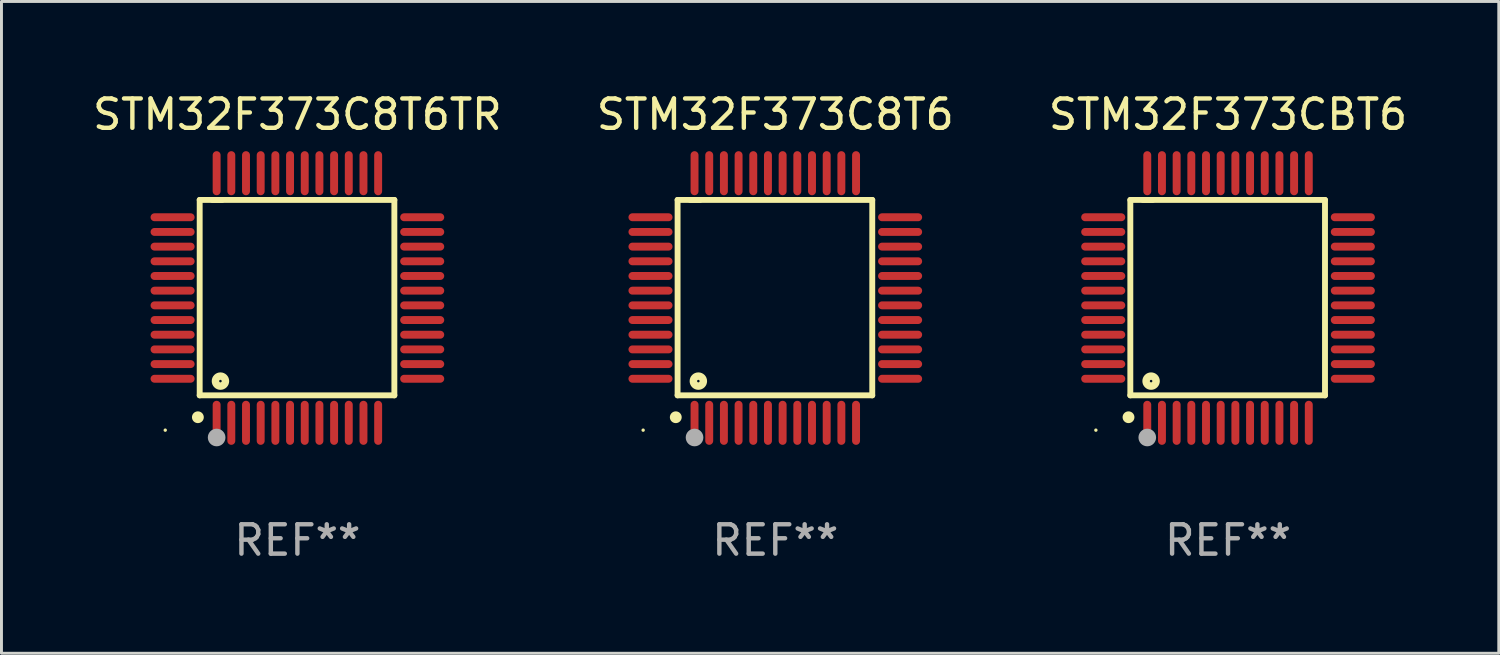
<source format=kicad_pcb>
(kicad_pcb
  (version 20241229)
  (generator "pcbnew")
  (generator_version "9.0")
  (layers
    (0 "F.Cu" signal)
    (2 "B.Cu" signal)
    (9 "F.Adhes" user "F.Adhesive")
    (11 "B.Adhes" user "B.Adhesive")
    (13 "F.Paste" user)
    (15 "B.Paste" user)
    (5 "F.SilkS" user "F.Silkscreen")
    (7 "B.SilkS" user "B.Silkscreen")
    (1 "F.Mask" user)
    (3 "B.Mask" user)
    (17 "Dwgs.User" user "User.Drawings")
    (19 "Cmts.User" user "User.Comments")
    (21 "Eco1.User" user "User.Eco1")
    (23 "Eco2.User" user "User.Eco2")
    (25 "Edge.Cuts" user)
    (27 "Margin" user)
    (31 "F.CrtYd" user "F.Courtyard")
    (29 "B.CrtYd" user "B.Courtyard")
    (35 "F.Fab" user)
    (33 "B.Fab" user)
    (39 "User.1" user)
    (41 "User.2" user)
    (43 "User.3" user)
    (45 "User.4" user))
  (footprint "STM32F373CBT6"
    (layer "F.Cu")
    (at 38.768 7.098)
    (property "Reference" "STM32F373CBT6" (at 0 -6.25 0) (layer "F.SilkS") (effects (font (size 1 1) (thickness 0.15))))
    (attr through_hole)
    (fp_line (start -3.327 -3.34) (end -2.565 -3.34) (stroke (width 0.2) (type solid)) (layer "F.SilkS"))
    (fp_line (start -3.327 3.315) (end -3.327 -3.34) (stroke (width 0.2) (type solid)) (layer "F.SilkS"))
    (fp_line (start -2.896 -3.34) (end 3.302 -3.34) (stroke (width 0.2) (type solid)) (layer "F.SilkS"))
    (fp_line (start 3.302 -3.34) (end 3.302 3.315) (stroke (width 0.2) (type solid)) (layer "F.SilkS"))
    (fp_line (start 3.302 3.315) (end -3.327 3.315) (stroke (width 0.2) (type solid)) (layer "F.SilkS"))
    (fp_arc (start -3.389992 4.059995) (mid -3.388722 4.059991) (end -3.387452 4.059995) (stroke (width 0.4) (type solid)) (layer "F.SilkS"))
    (fp_circle (center -4.5 4.5) (end -4.47 4.5) (stroke (width 0.06) (type solid)) (fill no) (layer "F.SilkS"))
    (fp_circle (center -2.62 2.83) (end -2.45 2.83) (stroke (width 0.254) (type solid)) (fill no) (layer "F.SilkS"))
    (fp_circle (center -2.75 4.75) (end -2.6 4.75) (stroke (width 0.3) (type solid)) (fill no) (layer "F.Fab"))
    (fp_text user "REF**" (at 0 8.25 0) (layer "F.Fab") (effects (font (size 1 1) (thickness 0.15))))
    (pad "1" smd oval (at -2.75 4.25) (size 0.27 1.5) (layers "F.Cu" "F.Mask" "F.Paste"))
    (pad "2" smd oval (at -2.25 4.25) (size 0.27 1.5) (layers "F.Cu" "F.Mask" "F.Paste"))
    (pad "3" smd oval (at -1.75 4.25) (size 0.27 1.5) (layers "F.Cu" "F.Mask" "F.Paste"))
    (pad "4" smd oval (at -1.25 4.25) (size 0.27 1.5) (layers "F.Cu" "F.Mask" "F.Paste"))
    (pad "5" smd oval (at -0.75 4.25) (size 0.27 1.5) (layers "F.Cu" "F.Mask" "F.Paste"))
    (pad "6" smd oval (at -0.25 4.25) (size 0.27 1.5) (layers "F.Cu" "F.Mask" "F.Paste"))
    (pad "7" smd oval (at 0.25 4.25) (size 0.27 1.5) (layers "F.Cu" "F.Mask" "F.Paste"))
    (pad "8" smd oval (at 0.75 4.25) (size 0.27 1.5) (layers "F.Cu" "F.Mask" "F.Paste"))
    (pad "9" smd oval (at 1.25 4.25) (size 0.27 1.5) (layers "F.Cu" "F.Mask" "F.Paste"))
    (pad "10" smd oval (at 1.75 4.25) (size 0.27 1.5) (layers "F.Cu" "F.Mask" "F.Paste"))
    (pad "11" smd oval (at 2.25 4.25) (size 0.27 1.5) (layers "F.Cu" "F.Mask" "F.Paste"))
    (pad "12" smd oval (at 2.75 4.25) (size 0.27 1.5) (layers "F.Cu" "F.Mask" "F.Paste"))
    (pad "13" smd oval (at 4.25 2.75) (size 1.5 0.27) (layers "F.Cu" "F.Mask" "F.Paste"))
    (pad "14" smd oval (at 4.25 2.25) (size 1.5 0.27) (layers "F.Cu" "F.Mask" "F.Paste"))
    (pad "15" smd oval (at 4.25 1.75) (size 1.5 0.27) (layers "F.Cu" "F.Mask" "F.Paste"))
    (pad "16" smd oval (at 4.25 1.25) (size 1.5 0.27) (layers "F.Cu" "F.Mask" "F.Paste"))
    (pad "17" smd oval (at 4.25 0.75) (size 1.5 0.27) (layers "F.Cu" "F.Mask" "F.Paste"))
    (pad "18" smd oval (at 4.25 0.25) (size 1.5 0.27) (layers "F.Cu" "F.Mask" "F.Paste"))
    (pad "19" smd oval (at 4.25 -0.25) (size 1.5 0.27) (layers "F.Cu" "F.Mask" "F.Paste"))
    (pad "20" smd oval (at 4.25 -0.75) (size 1.5 0.27) (layers "F.Cu" "F.Mask" "F.Paste"))
    (pad "21" smd oval (at 4.25 -1.25) (size 1.5 0.27) (layers "F.Cu" "F.Mask" "F.Paste"))
    (pad "22" smd oval (at 4.25 -1.75) (size 1.5 0.27) (layers "F.Cu" "F.Mask" "F.Paste"))
    (pad "23" smd oval (at 4.25 -2.25) (size 1.5 0.27) (layers "F.Cu" "F.Mask" "F.Paste"))
    (pad "24" smd oval (at 4.25 -2.75) (size 1.5 0.27) (layers "F.Cu" "F.Mask" "F.Paste"))
    (pad "25" smd oval (at 2.75 -4.25) (size 0.27 1.5) (layers "F.Cu" "F.Mask" "F.Paste"))
    (pad "26" smd oval (at 2.25 -4.25) (size 0.27 1.5) (layers "F.Cu" "F.Mask" "F.Paste"))
    (pad "27" smd oval (at 1.75 -4.25) (size 0.27 1.5) (layers "F.Cu" "F.Mask" "F.Paste"))
    (pad "28" smd oval (at 1.25 -4.25) (size 0.27 1.5) (layers "F.Cu" "F.Mask" "F.Paste"))
    (pad "29" smd oval (at 0.75 -4.25) (size 0.27 1.5) (layers "F.Cu" "F.Mask" "F.Paste"))
    (pad "30" smd oval (at 0.25 -4.25) (size 0.27 1.5) (layers "F.Cu" "F.Mask" "F.Paste"))
    (pad "31" smd oval (at -0.25 -4.25) (size 0.27 1.5) (layers "F.Cu" "F.Mask" "F.Paste"))
    (pad "32" smd oval (at -0.75 -4.25) (size 0.27 1.5) (layers "F.Cu" "F.Mask" "F.Paste"))
    (pad "33" smd oval (at -1.25 -4.25) (size 0.27 1.5) (layers "F.Cu" "F.Mask" "F.Paste"))
    (pad "34" smd oval (at -1.75 -4.25) (size 0.27 1.5) (layers "F.Cu" "F.Mask" "F.Paste"))
    (pad "35" smd oval (at -2.25 -4.25) (size 0.27 1.5) (layers "F.Cu" "F.Mask" "F.Paste"))
    (pad "36" smd oval (at -2.75 -4.25) (size 0.27 1.5) (layers "F.Cu" "F.Mask" "F.Paste"))
    (pad "37" smd oval (at -4.25 -2.75) (size 1.5 0.27) (layers "F.Cu" "F.Mask" "F.Paste"))
    (pad "38" smd oval (at -4.25 -2.25) (size 1.5 0.27) (layers "F.Cu" "F.Mask" "F.Paste"))
    (pad "39" smd oval (at -4.25 -1.75) (size 1.5 0.27) (layers "F.Cu" "F.Mask" "F.Paste"))
    (pad "40" smd oval (at -4.25 -1.25) (size 1.5 0.27) (layers "F.Cu" "F.Mask" "F.Paste"))
    (pad "41" smd oval (at -4.25 -0.75) (size 1.5 0.27) (layers "F.Cu" "F.Mask" "F.Paste"))
    (pad "42" smd oval (at -4.25 -0.25) (size 1.5 0.27) (layers "F.Cu" "F.Mask" "F.Paste"))
    (pad "43" smd oval (at -4.25 0.25) (size 1.5 0.27) (layers "F.Cu" "F.Mask" "F.Paste"))
    (pad "44" smd oval (at -4.25 0.75) (size 1.5 0.27) (layers "F.Cu" "F.Mask" "F.Paste"))
    (pad "45" smd oval (at -4.25 1.25) (size 1.5 0.27) (layers "F.Cu" "F.Mask" "F.Paste"))
    (pad "46" smd oval (at -4.25 1.75) (size 1.5 0.27) (layers "F.Cu" "F.Mask" "F.Paste"))
    (pad "47" smd oval (at -4.25 2.25) (size 1.5 0.27) (layers "F.Cu" "F.Mask" "F.Paste"))
    (pad "48" smd oval (at -4.25 2.75) (size 1.5 0.27) (layers "F.Cu" "F.Mask" "F.Paste")))
  (footprint "STM32F373C8T6"
    (layer "F.Cu")
    (at 23.351 7.098)
    (property "Reference" "STM32F373C8T6" (at 0 -6.25 0) (layer "F.SilkS") (effects (font (size 1 1) (thickness 0.15))))
    (attr through_hole)
    (fp_line (start -3.327 -3.34) (end -2.565 -3.34) (stroke (width 0.2) (type solid)) (layer "F.SilkS"))
    (fp_line (start -3.327 3.315) (end -3.327 -3.34) (stroke (width 0.2) (type solid)) (layer "F.SilkS"))
    (fp_line (start -2.896 -3.34) (end 3.302 -3.34) (stroke (width 0.2) (type solid)) (layer "F.SilkS"))
    (fp_line (start 3.302 -3.34) (end 3.302 3.315) (stroke (width 0.2) (type solid)) (layer "F.SilkS"))
    (fp_line (start 3.302 3.315) (end -3.327 3.315) (stroke (width 0.2) (type solid)) (layer "F.SilkS"))
    (fp_arc (start -3.389992 4.059995) (mid -3.388722 4.059991) (end -3.387452 4.059995) (stroke (width 0.4) (type solid)) (layer "F.SilkS"))
    (fp_circle (center -4.5 4.5) (end -4.47 4.5) (stroke (width 0.06) (type solid)) (fill no) (layer "F.SilkS"))
    (fp_circle (center -2.62 2.83) (end -2.45 2.83) (stroke (width 0.254) (type solid)) (fill no) (layer "F.SilkS"))
    (fp_circle (center -2.75 4.75) (end -2.6 4.75) (stroke (width 0.3) (type solid)) (fill no) (layer "F.Fab"))
    (fp_text user "REF**" (at 0 8.25 0) (layer "F.Fab") (effects (font (size 1 1) (thickness 0.15))))
    (pad "1" smd oval (at -2.75 4.25) (size 0.27 1.5) (layers "F.Cu" "F.Mask" "F.Paste"))
    (pad "2" smd oval (at -2.25 4.25) (size 0.27 1.5) (layers "F.Cu" "F.Mask" "F.Paste"))
    (pad "3" smd oval (at -1.75 4.25) (size 0.27 1.5) (layers "F.Cu" "F.Mask" "F.Paste"))
    (pad "4" smd oval (at -1.25 4.25) (size 0.27 1.5) (layers "F.Cu" "F.Mask" "F.Paste"))
    (pad "5" smd oval (at -0.75 4.25) (size 0.27 1.5) (layers "F.Cu" "F.Mask" "F.Paste"))
    (pad "6" smd oval (at -0.25 4.25) (size 0.27 1.5) (layers "F.Cu" "F.Mask" "F.Paste"))
    (pad "7" smd oval (at 0.25 4.25) (size 0.27 1.5) (layers "F.Cu" "F.Mask" "F.Paste"))
    (pad "8" smd oval (at 0.75 4.25) (size 0.27 1.5) (layers "F.Cu" "F.Mask" "F.Paste"))
    (pad "9" smd oval (at 1.25 4.25) (size 0.27 1.5) (layers "F.Cu" "F.Mask" "F.Paste"))
    (pad "10" smd oval (at 1.75 4.25) (size 0.27 1.5) (layers "F.Cu" "F.Mask" "F.Paste"))
    (pad "11" smd oval (at 2.25 4.25) (size 0.27 1.5) (layers "F.Cu" "F.Mask" "F.Paste"))
    (pad "12" smd oval (at 2.75 4.25) (size 0.27 1.5) (layers "F.Cu" "F.Mask" "F.Paste"))
    (pad "13" smd oval (at 4.25 2.75) (size 1.5 0.27) (layers "F.Cu" "F.Mask" "F.Paste"))
    (pad "14" smd oval (at 4.25 2.25) (size 1.5 0.27) (layers "F.Cu" "F.Mask" "F.Paste"))
    (pad "15" smd oval (at 4.25 1.75) (size 1.5 0.27) (layers "F.Cu" "F.Mask" "F.Paste"))
    (pad "16" smd oval (at 4.25 1.25) (size 1.5 0.27) (layers "F.Cu" "F.Mask" "F.Paste"))
    (pad "17" smd oval (at 4.25 0.75) (size 1.5 0.27) (layers "F.Cu" "F.Mask" "F.Paste"))
    (pad "18" smd oval (at 4.25 0.25) (size 1.5 0.27) (layers "F.Cu" "F.Mask" "F.Paste"))
    (pad "19" smd oval (at 4.25 -0.25) (size 1.5 0.27) (layers "F.Cu" "F.Mask" "F.Paste"))
    (pad "20" smd oval (at 4.25 -0.75) (size 1.5 0.27) (layers "F.Cu" "F.Mask" "F.Paste"))
    (pad "21" smd oval (at 4.25 -1.25) (size 1.5 0.27) (layers "F.Cu" "F.Mask" "F.Paste"))
    (pad "22" smd oval (at 4.25 -1.75) (size 1.5 0.27) (layers "F.Cu" "F.Mask" "F.Paste"))
    (pad "23" smd oval (at 4.25 -2.25) (size 1.5 0.27) (layers "F.Cu" "F.Mask" "F.Paste"))
    (pad "24" smd oval (at 4.25 -2.75) (size 1.5 0.27) (layers "F.Cu" "F.Mask" "F.Paste"))
    (pad "25" smd oval (at 2.75 -4.25) (size 0.27 1.5) (layers "F.Cu" "F.Mask" "F.Paste"))
    (pad "26" smd oval (at 2.25 -4.25) (size 0.27 1.5) (layers "F.Cu" "F.Mask" "F.Paste"))
    (pad "27" smd oval (at 1.75 -4.25) (size 0.27 1.5) (layers "F.Cu" "F.Mask" "F.Paste"))
    (pad "28" smd oval (at 1.25 -4.25) (size 0.27 1.5) (layers "F.Cu" "F.Mask" "F.Paste"))
    (pad "29" smd oval (at 0.75 -4.25) (size 0.27 1.5) (layers "F.Cu" "F.Mask" "F.Paste"))
    (pad "30" smd oval (at 0.25 -4.25) (size 0.27 1.5) (layers "F.Cu" "F.Mask" "F.Paste"))
    (pad "31" smd oval (at -0.25 -4.25) (size 0.27 1.5) (layers "F.Cu" "F.Mask" "F.Paste"))
    (pad "32" smd oval (at -0.75 -4.25) (size 0.27 1.5) (layers "F.Cu" "F.Mask" "F.Paste"))
    (pad "33" smd oval (at -1.25 -4.25) (size 0.27 1.5) (layers "F.Cu" "F.Mask" "F.Paste"))
    (pad "34" smd oval (at -1.75 -4.25) (size 0.27 1.5) (layers "F.Cu" "F.Mask" "F.Paste"))
    (pad "35" smd oval (at -2.25 -4.25) (size 0.27 1.5) (layers "F.Cu" "F.Mask" "F.Paste"))
    (pad "36" smd oval (at -2.75 -4.25) (size 0.27 1.5) (layers "F.Cu" "F.Mask" "F.Paste"))
    (pad "37" smd oval (at -4.25 -2.75) (size 1.5 0.27) (layers "F.Cu" "F.Mask" "F.Paste"))
    (pad "38" smd oval (at -4.25 -2.25) (size 1.5 0.27) (layers "F.Cu" "F.Mask" "F.Paste"))
    (pad "39" smd oval (at -4.25 -1.75) (size 1.5 0.27) (layers "F.Cu" "F.Mask" "F.Paste"))
    (pad "40" smd oval (at -4.25 -1.25) (size 1.5 0.27) (layers "F.Cu" "F.Mask" "F.Paste"))
    (pad "41" smd oval (at -4.25 -0.75) (size 1.5 0.27) (layers "F.Cu" "F.Mask" "F.Paste"))
    (pad "42" smd oval (at -4.25 -0.25) (size 1.5 0.27) (layers "F.Cu" "F.Mask" "F.Paste"))
    (pad "43" smd oval (at -4.25 0.25) (size 1.5 0.27) (layers "F.Cu" "F.Mask" "F.Paste"))
    (pad "44" smd oval (at -4.25 0.75) (size 1.5 0.27) (layers "F.Cu" "F.Mask" "F.Paste"))
    (pad "45" smd oval (at -4.25 1.25) (size 1.5 0.27) (layers "F.Cu" "F.Mask" "F.Paste"))
    (pad "46" smd oval (at -4.25 1.75) (size 1.5 0.27) (layers "F.Cu" "F.Mask" "F.Paste"))
    (pad "47" smd oval (at -4.25 2.25) (size 1.5 0.27) (layers "F.Cu" "F.Mask" "F.Paste"))
    (pad "48" smd oval (at -4.25 2.75) (size 1.5 0.27) (layers "F.Cu" "F.Mask" "F.Paste")))
  (footprint "STM32F373C8T6TR"
    (layer "F.Cu")
    (at 7.077 7.098)
    (property "Reference" "STM32F373C8T6TR" (at 0 -6.25 0) (layer "F.SilkS") (effects (font (size 1 1) (thickness 0.15))))
    (attr through_hole)
    (fp_line (start -3.327 -3.34) (end -2.565 -3.34) (stroke (width 0.2) (type solid)) (layer "F.SilkS"))
    (fp_line (start -3.327 3.315) (end -3.327 -3.34) (stroke (width 0.2) (type solid)) (layer "F.SilkS"))
    (fp_line (start -2.896 -3.34) (end 3.302 -3.34) (stroke (width 0.2) (type solid)) (layer "F.SilkS"))
    (fp_line (start 3.302 -3.34) (end 3.302 3.315) (stroke (width 0.2) (type solid)) (layer "F.SilkS"))
    (fp_line (start 3.302 3.315) (end -3.327 3.315) (stroke (width 0.2) (type solid)) (layer "F.SilkS"))
    (fp_arc (start -3.389992 4.059995) (mid -3.388722 4.059991) (end -3.387452 4.059995) (stroke (width 0.4) (type solid)) (layer "F.SilkS"))
    (fp_circle (center -4.5 4.5) (end -4.47 4.5) (stroke (width 0.06) (type solid)) (fill no) (layer "F.SilkS"))
    (fp_circle (center -2.62 2.83) (end -2.45 2.83) (stroke (width 0.254) (type solid)) (fill no) (layer "F.SilkS"))
    (fp_circle (center -2.75 4.75) (end -2.6 4.75) (stroke (width 0.3) (type solid)) (fill no) (layer "F.Fab"))
    (fp_text user "REF**" (at 0 8.25 0) (layer "F.Fab") (effects (font (size 1 1) (thickness 0.15))))
    (pad "1" smd oval (at -2.75 4.25) (size 0.27 1.5) (layers "F.Cu" "F.Mask" "F.Paste"))
    (pad "2" smd oval (at -2.25 4.25) (size 0.27 1.5) (layers "F.Cu" "F.Mask" "F.Paste"))
    (pad "3" smd oval (at -1.75 4.25) (size 0.27 1.5) (layers "F.Cu" "F.Mask" "F.Paste"))
    (pad "4" smd oval (at -1.25 4.25) (size 0.27 1.5) (layers "F.Cu" "F.Mask" "F.Paste"))
    (pad "5" smd oval (at -0.75 4.25) (size 0.27 1.5) (layers "F.Cu" "F.Mask" "F.Paste"))
    (pad "6" smd oval (at -0.25 4.25) (size 0.27 1.5) (layers "F.Cu" "F.Mask" "F.Paste"))
    (pad "7" smd oval (at 0.25 4.25) (size 0.27 1.5) (layers "F.Cu" "F.Mask" "F.Paste"))
    (pad "8" smd oval (at 0.75 4.25) (size 0.27 1.5) (layers "F.Cu" "F.Mask" "F.Paste"))
    (pad "9" smd oval (at 1.25 4.25) (size 0.27 1.5) (layers "F.Cu" "F.Mask" "F.Paste"))
    (pad "10" smd oval (at 1.75 4.25) (size 0.27 1.5) (layers "F.Cu" "F.Mask" "F.Paste"))
    (pad "11" smd oval (at 2.25 4.25) (size 0.27 1.5) (layers "F.Cu" "F.Mask" "F.Paste"))
    (pad "12" smd oval (at 2.75 4.25) (size 0.27 1.5) (layers "F.Cu" "F.Mask" "F.Paste"))
    (pad "13" smd oval (at 4.25 2.75) (size 1.5 0.27) (layers "F.Cu" "F.Mask" "F.Paste"))
    (pad "14" smd oval (at 4.25 2.25) (size 1.5 0.27) (layers "F.Cu" "F.Mask" "F.Paste"))
    (pad "15" smd oval (at 4.25 1.75) (size 1.5 0.27) (layers "F.Cu" "F.Mask" "F.Paste"))
    (pad "16" smd oval (at 4.25 1.25) (size 1.5 0.27) (layers "F.Cu" "F.Mask" "F.Paste"))
    (pad "17" smd oval (at 4.25 0.75) (size 1.5 0.27) (layers "F.Cu" "F.Mask" "F.Paste"))
    (pad "18" smd oval (at 4.25 0.25) (size 1.5 0.27) (layers "F.Cu" "F.Mask" "F.Paste"))
    (pad "19" smd oval (at 4.25 -0.25) (size 1.5 0.27) (layers "F.Cu" "F.Mask" "F.Paste"))
    (pad "20" smd oval (at 4.25 -0.75) (size 1.5 0.27) (layers "F.Cu" "F.Mask" "F.Paste"))
    (pad "21" smd oval (at 4.25 -1.25) (size 1.5 0.27) (layers "F.Cu" "F.Mask" "F.Paste"))
    (pad "22" smd oval (at 4.25 -1.75) (size 1.5 0.27) (layers "F.Cu" "F.Mask" "F.Paste"))
    (pad "23" smd oval (at 4.25 -2.25) (size 1.5 0.27) (layers "F.Cu" "F.Mask" "F.Paste"))
    (pad "24" smd oval (at 4.25 -2.75) (size 1.5 0.27) (layers "F.Cu" "F.Mask" "F.Paste"))
    (pad "25" smd oval (at 2.75 -4.25) (size 0.27 1.5) (layers "F.Cu" "F.Mask" "F.Paste"))
    (pad "26" smd oval (at 2.25 -4.25) (size 0.27 1.5) (layers "F.Cu" "F.Mask" "F.Paste"))
    (pad "27" smd oval (at 1.75 -4.25) (size 0.27 1.5) (layers "F.Cu" "F.Mask" "F.Paste"))
    (pad "28" smd oval (at 1.25 -4.25) (size 0.27 1.5) (layers "F.Cu" "F.Mask" "F.Paste"))
    (pad "29" smd oval (at 0.75 -4.25) (size 0.27 1.5) (layers "F.Cu" "F.Mask" "F.Paste"))
    (pad "30" smd oval (at 0.25 -4.25) (size 0.27 1.5) (layers "F.Cu" "F.Mask" "F.Paste"))
    (pad "31" smd oval (at -0.25 -4.25) (size 0.27 1.5) (layers "F.Cu" "F.Mask" "F.Paste"))
    (pad "32" smd oval (at -0.75 -4.25) (size 0.27 1.5) (layers "F.Cu" "F.Mask" "F.Paste"))
    (pad "33" smd oval (at -1.25 -4.25) (size 0.27 1.5) (layers "F.Cu" "F.Mask" "F.Paste"))
    (pad "34" smd oval (at -1.75 -4.25) (size 0.27 1.5) (layers "F.Cu" "F.Mask" "F.Paste"))
    (pad "35" smd oval (at -2.25 -4.25) (size 0.27 1.5) (layers "F.Cu" "F.Mask" "F.Paste"))
    (pad "36" smd oval (at -2.75 -4.25) (size 0.27 1.5) (layers "F.Cu" "F.Mask" "F.Paste"))
    (pad "37" smd oval (at -4.25 -2.75) (size 1.5 0.27) (layers "F.Cu" "F.Mask" "F.Paste"))
    (pad "38" smd oval (at -4.25 -2.25) (size 1.5 0.27) (layers "F.Cu" "F.Mask" "F.Paste"))
    (pad "39" smd oval (at -4.25 -1.75) (size 1.5 0.27) (layers "F.Cu" "F.Mask" "F.Paste"))
    (pad "40" smd oval (at -4.25 -1.25) (size 1.5 0.27) (layers "F.Cu" "F.Mask" "F.Paste"))
    (pad "41" smd oval (at -4.25 -0.75) (size 1.5 0.27) (layers "F.Cu" "F.Mask" "F.Paste"))
    (pad "42" smd oval (at -4.25 -0.25) (size 1.5 0.27) (layers "F.Cu" "F.Mask" "F.Paste"))
    (pad "43" smd oval (at -4.25 0.25) (size 1.5 0.27) (layers "F.Cu" "F.Mask" "F.Paste"))
    (pad "44" smd oval (at -4.25 0.75) (size 1.5 0.27) (layers "F.Cu" "F.Mask" "F.Paste"))
    (pad "45" smd oval (at -4.25 1.25) (size 1.5 0.27) (layers "F.Cu" "F.Mask" "F.Paste"))
    (pad "46" smd oval (at -4.25 1.75) (size 1.5 0.27) (layers "F.Cu" "F.Mask" "F.Paste"))
    (pad "47" smd oval (at -4.25 2.25) (size 1.5 0.27) (layers "F.Cu" "F.Mask" "F.Paste"))
    (pad "48" smd oval (at -4.25 2.75) (size 1.5 0.27) (layers "F.Cu" "F.Mask" "F.Paste")))
  (gr_rect
    (start -3 -3)
    (end 47.988 19.196)
    (stroke (width 0.1) (type default))
    (fill no)
    (layer "Edge.Cuts")))
</source>
